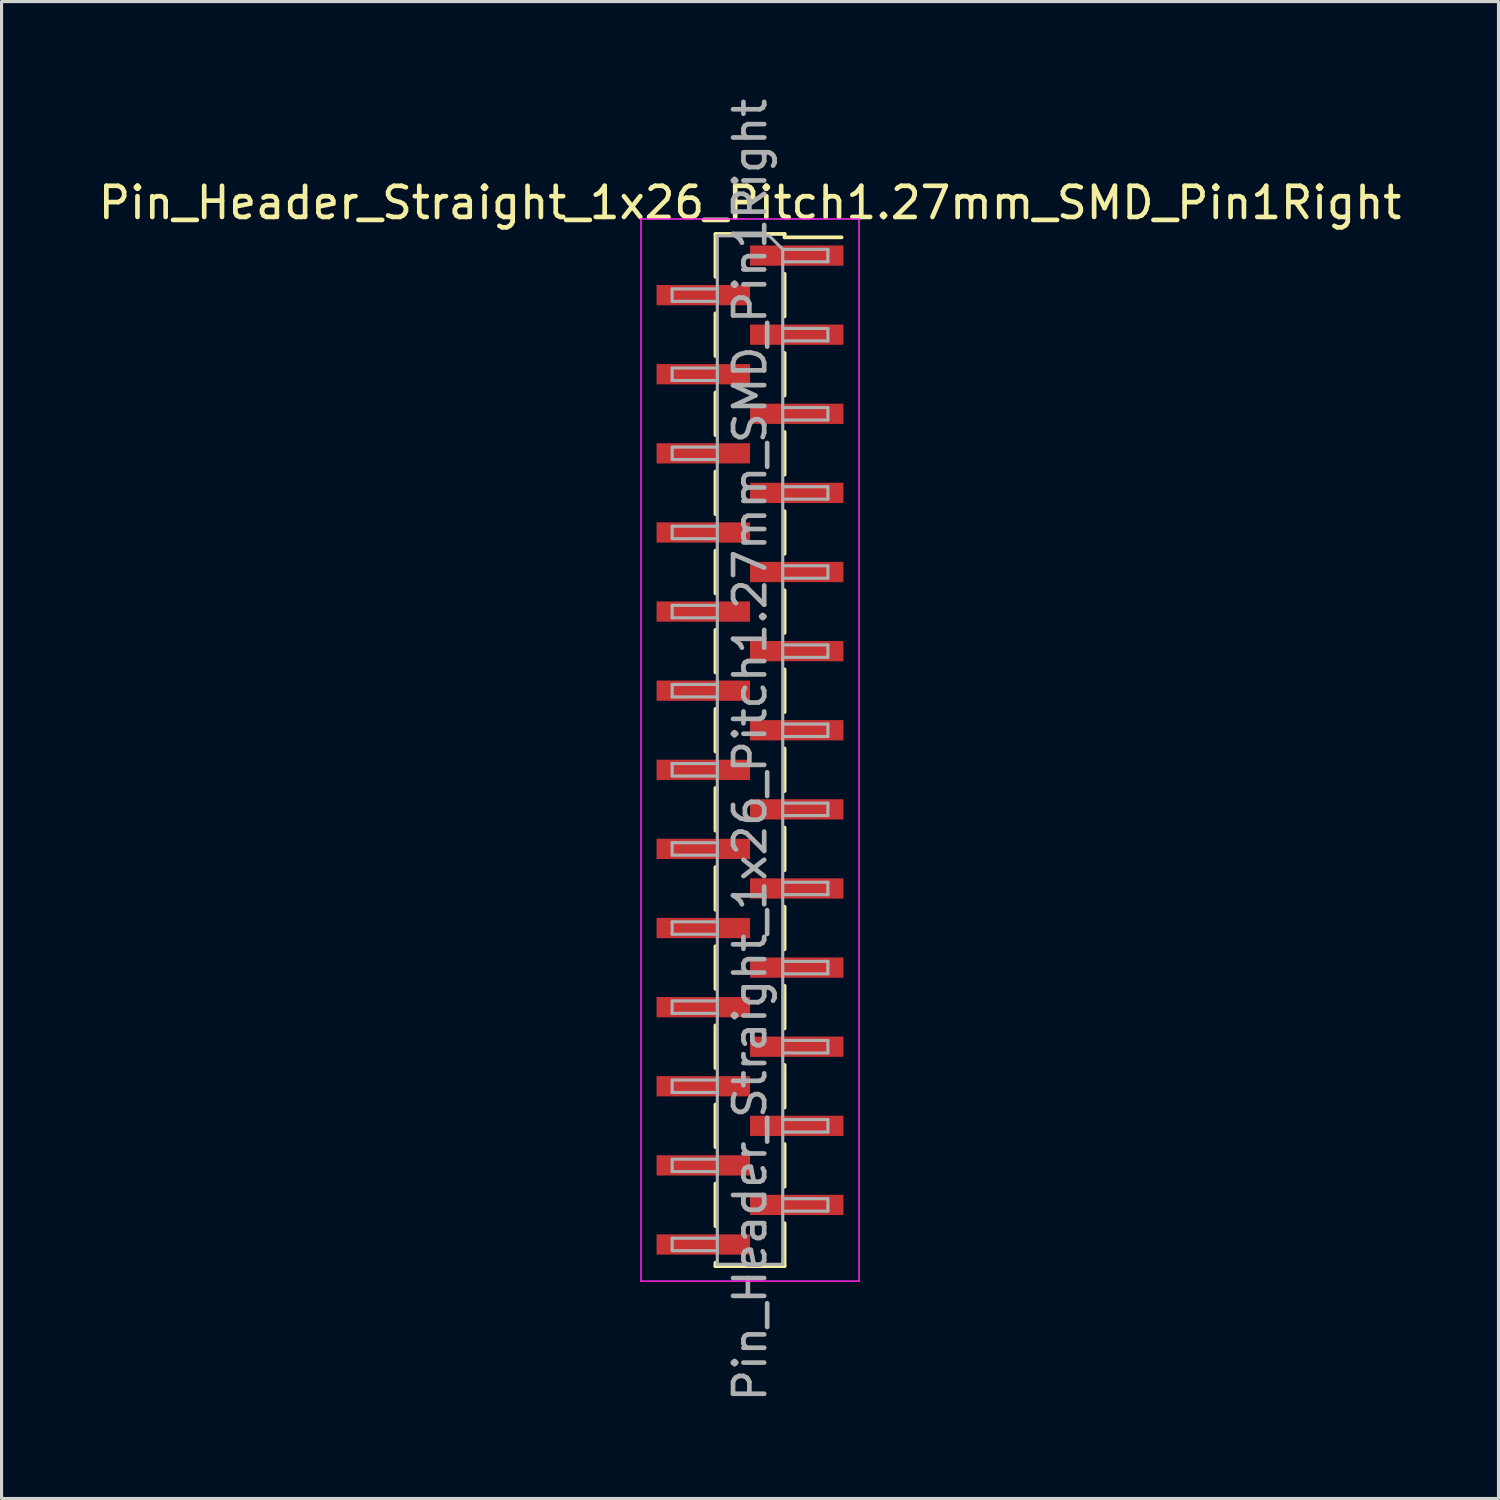
<source format=kicad_pcb>
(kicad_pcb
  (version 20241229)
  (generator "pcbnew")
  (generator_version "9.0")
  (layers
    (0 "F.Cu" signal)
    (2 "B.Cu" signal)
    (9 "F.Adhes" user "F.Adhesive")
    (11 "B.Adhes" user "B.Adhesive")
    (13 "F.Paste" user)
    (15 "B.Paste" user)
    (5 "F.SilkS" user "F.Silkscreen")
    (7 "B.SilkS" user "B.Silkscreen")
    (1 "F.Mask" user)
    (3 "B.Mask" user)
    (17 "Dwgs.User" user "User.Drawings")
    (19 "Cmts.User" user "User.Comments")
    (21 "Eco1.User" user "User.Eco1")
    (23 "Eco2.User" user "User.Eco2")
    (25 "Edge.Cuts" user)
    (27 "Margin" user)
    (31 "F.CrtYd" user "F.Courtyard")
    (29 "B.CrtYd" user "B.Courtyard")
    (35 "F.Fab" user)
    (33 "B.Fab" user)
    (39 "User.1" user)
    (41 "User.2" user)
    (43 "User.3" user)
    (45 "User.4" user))
  (footprint "Pin_Header_Straight_1x26_Pitch1.27mm_SMD_Pin1Right"
    (layer "F.Cu")
    (at 21.03 21.03)
    (property "Reference" "Pin_Header_Straight_1x26_Pitch1.27mm_SMD_Pin1Right" (at 0 -17.57 0) (layer "F.SilkS") (effects (font (size 1 1) (thickness 0.15))))
    (attr smd)
    (fp_line (start -1.11 -16.57) (end 1.11 -16.57) (stroke (width 0.12) (type solid)) (layer "F.SilkS"))
    (fp_line (start -1.11 -16.56) (end -1.11 -15.19) (stroke (width 0.12) (type solid)) (layer "F.SilkS"))
    (fp_line (start -1.11 -14.02) (end -1.11 -12.65) (stroke (width 0.12) (type solid)) (layer "F.SilkS"))
    (fp_line (start -1.11 -11.48) (end -1.11 -10.11) (stroke (width 0.12) (type solid)) (layer "F.SilkS"))
    (fp_line (start -1.11 -8.94) (end -1.11 -7.57) (stroke (width 0.12) (type solid)) (layer "F.SilkS"))
    (fp_line (start -1.11 -6.4) (end -1.11 -5.03) (stroke (width 0.12) (type solid)) (layer "F.SilkS"))
    (fp_line (start -1.11 -3.86) (end -1.11 -2.49) (stroke (width 0.12) (type solid)) (layer "F.SilkS"))
    (fp_line (start -1.11 -1.32) (end -1.11 0.05) (stroke (width 0.12) (type solid)) (layer "F.SilkS"))
    (fp_line (start -1.11 1.22) (end -1.11 2.59) (stroke (width 0.12) (type solid)) (layer "F.SilkS"))
    (fp_line (start -1.11 3.76) (end -1.11 5.13) (stroke (width 0.12) (type solid)) (layer "F.SilkS"))
    (fp_line (start -1.11 6.3) (end -1.11 7.67) (stroke (width 0.12) (type solid)) (layer "F.SilkS"))
    (fp_line (start -1.11 8.84) (end -1.11 10.21) (stroke (width 0.12) (type solid)) (layer "F.SilkS"))
    (fp_line (start -1.11 11.38) (end -1.11 12.75) (stroke (width 0.12) (type solid)) (layer "F.SilkS"))
    (fp_line (start -1.11 13.92) (end -1.11 15.29) (stroke (width 0.12) (type solid)) (layer "F.SilkS"))
    (fp_line (start -1.11 16.46) (end -1.11 16.57) (stroke (width 0.12) (type solid)) (layer "F.SilkS"))
    (fp_line (start -1.11 16.57) (end 1.11 16.57) (stroke (width 0.12) (type solid)) (layer "F.SilkS"))
    (fp_line (start 1.11 -16.57) (end 1.11 -16.46) (stroke (width 0.12) (type solid)) (layer "F.SilkS"))
    (fp_line (start 1.11 -16.46) (end 2.94 -16.46) (stroke (width 0.12) (type solid)) (layer "F.SilkS"))
    (fp_line (start 1.11 -15.29) (end 1.11 -13.92) (stroke (width 0.12) (type solid)) (layer "F.SilkS"))
    (fp_line (start 1.11 -12.75) (end 1.11 -11.38) (stroke (width 0.12) (type solid)) (layer "F.SilkS"))
    (fp_line (start 1.11 -10.21) (end 1.11 -8.84) (stroke (width 0.12) (type solid)) (layer "F.SilkS"))
    (fp_line (start 1.11 -7.67) (end 1.11 -6.3) (stroke (width 0.12) (type solid)) (layer "F.SilkS"))
    (fp_line (start 1.11 -5.13) (end 1.11 -3.76) (stroke (width 0.12) (type solid)) (layer "F.SilkS"))
    (fp_line (start 1.11 -2.59) (end 1.11 -1.22) (stroke (width 0.12) (type solid)) (layer "F.SilkS"))
    (fp_line (start 1.11 -0.05) (end 1.11 1.32) (stroke (width 0.12) (type solid)) (layer "F.SilkS"))
    (fp_line (start 1.11 2.49) (end 1.11 3.86) (stroke (width 0.12) (type solid)) (layer "F.SilkS"))
    (fp_line (start 1.11 5.03) (end 1.11 6.4) (stroke (width 0.12) (type solid)) (layer "F.SilkS"))
    (fp_line (start 1.11 7.57) (end 1.11 8.94) (stroke (width 0.12) (type solid)) (layer "F.SilkS"))
    (fp_line (start 1.11 10.11) (end 1.11 11.48) (stroke (width 0.12) (type solid)) (layer "F.SilkS"))
    (fp_line (start 1.11 12.65) (end 1.11 14.02) (stroke (width 0.12) (type solid)) (layer "F.SilkS"))
    (fp_line (start 1.11 15.19) (end 1.11 16.56) (stroke (width 0.12) (type solid)) (layer "F.SilkS"))
    (fp_line (start -3.5 -17.05) (end -3.5 17.05) (stroke (width 0.05) (type solid)) (layer "F.CrtYd"))
    (fp_line (start -3.5 17.05) (end 3.5 17.05) (stroke (width 0.05) (type solid)) (layer "F.CrtYd"))
    (fp_line (start 3.5 -17.05) (end -3.5 -17.05) (stroke (width 0.05) (type solid)) (layer "F.CrtYd"))
    (fp_line (start 3.5 17.05) (end 3.5 -17.05) (stroke (width 0.05) (type solid)) (layer "F.CrtYd"))
    (fp_line (start -2.5 -14.805) (end -2.5 -14.405) (stroke (width 0.1) (type solid)) (layer "F.Fab"))
    (fp_line (start -2.5 -14.405) (end -1.05 -14.405) (stroke (width 0.1) (type solid)) (layer "F.Fab"))
    (fp_line (start -2.5 -12.265) (end -2.5 -11.865) (stroke (width 0.1) (type solid)) (layer "F.Fab"))
    (fp_line (start -2.5 -11.865) (end -1.05 -11.865) (stroke (width 0.1) (type solid)) (layer "F.Fab"))
    (fp_line (start -2.5 -9.725) (end -2.5 -9.325) (stroke (width 0.1) (type solid)) (layer "F.Fab"))
    (fp_line (start -2.5 -9.325) (end -1.05 -9.325) (stroke (width 0.1) (type solid)) (layer "F.Fab"))
    (fp_line (start -2.5 -7.185) (end -2.5 -6.785) (stroke (width 0.1) (type solid)) (layer "F.Fab"))
    (fp_line (start -2.5 -6.785) (end -1.05 -6.785) (stroke (width 0.1) (type solid)) (layer "F.Fab"))
    (fp_line (start -2.5 -4.645) (end -2.5 -4.245) (stroke (width 0.1) (type solid)) (layer "F.Fab"))
    (fp_line (start -2.5 -4.245) (end -1.05 -4.245) (stroke (width 0.1) (type solid)) (layer "F.Fab"))
    (fp_line (start -2.5 -2.105) (end -2.5 -1.705) (stroke (width 0.1) (type solid)) (layer "F.Fab"))
    (fp_line (start -2.5 -1.705) (end -1.05 -1.705) (stroke (width 0.1) (type solid)) (layer "F.Fab"))
    (fp_line (start -2.5 0.435) (end -2.5 0.835) (stroke (width 0.1) (type solid)) (layer "F.Fab"))
    (fp_line (start -2.5 0.835) (end -1.05 0.835) (stroke (width 0.1) (type solid)) (layer "F.Fab"))
    (fp_line (start -2.5 2.975) (end -2.5 3.375) (stroke (width 0.1) (type solid)) (layer "F.Fab"))
    (fp_line (start -2.5 3.375) (end -1.05 3.375) (stroke (width 0.1) (type solid)) (layer "F.Fab"))
    (fp_line (start -2.5 5.515) (end -2.5 5.915) (stroke (width 0.1) (type solid)) (layer "F.Fab"))
    (fp_line (start -2.5 5.915) (end -1.05 5.915) (stroke (width 0.1) (type solid)) (layer "F.Fab"))
    (fp_line (start -2.5 8.055) (end -2.5 8.455) (stroke (width 0.1) (type solid)) (layer "F.Fab"))
    (fp_line (start -2.5 8.455) (end -1.05 8.455) (stroke (width 0.1) (type solid)) (layer "F.Fab"))
    (fp_line (start -2.5 10.595) (end -2.5 10.995) (stroke (width 0.1) (type solid)) (layer "F.Fab"))
    (fp_line (start -2.5 10.995) (end -1.05 10.995) (stroke (width 0.1) (type solid)) (layer "F.Fab"))
    (fp_line (start -2.5 13.135) (end -2.5 13.535) (stroke (width 0.1) (type solid)) (layer "F.Fab"))
    (fp_line (start -2.5 13.535) (end -1.05 13.535) (stroke (width 0.1) (type solid)) (layer "F.Fab"))
    (fp_line (start -2.5 15.675) (end -2.5 16.075) (stroke (width 0.1) (type solid)) (layer "F.Fab"))
    (fp_line (start -2.5 16.075) (end -1.05 16.075) (stroke (width 0.1) (type solid)) (layer "F.Fab"))
    (fp_line (start -1.05 -16.51) (end -1.05 16.51) (stroke (width 0.1) (type solid)) (layer "F.Fab"))
    (fp_line (start -1.05 -16.51) (end 0.615 -16.51) (stroke (width 0.1) (type solid)) (layer "F.Fab"))
    (fp_line (start -1.05 -14.805) (end -2.5 -14.805) (stroke (width 0.1) (type solid)) (layer "F.Fab"))
    (fp_line (start -1.05 -12.265) (end -2.5 -12.265) (stroke (width 0.1) (type solid)) (layer "F.Fab"))
    (fp_line (start -1.05 -9.725) (end -2.5 -9.725) (stroke (width 0.1) (type solid)) (layer "F.Fab"))
    (fp_line (start -1.05 -7.185) (end -2.5 -7.185) (stroke (width 0.1) (type solid)) (layer "F.Fab"))
    (fp_line (start -1.05 -4.645) (end -2.5 -4.645) (stroke (width 0.1) (type solid)) (layer "F.Fab"))
    (fp_line (start -1.05 -2.105) (end -2.5 -2.105) (stroke (width 0.1) (type solid)) (layer "F.Fab"))
    (fp_line (start -1.05 0.435) (end -2.5 0.435) (stroke (width 0.1) (type solid)) (layer "F.Fab"))
    (fp_line (start -1.05 2.975) (end -2.5 2.975) (stroke (width 0.1) (type solid)) (layer "F.Fab"))
    (fp_line (start -1.05 5.515) (end -2.5 5.515) (stroke (width 0.1) (type solid)) (layer "F.Fab"))
    (fp_line (start -1.05 8.055) (end -2.5 8.055) (stroke (width 0.1) (type solid)) (layer "F.Fab"))
    (fp_line (start -1.05 10.595) (end -2.5 10.595) (stroke (width 0.1) (type solid)) (layer "F.Fab"))
    (fp_line (start -1.05 13.135) (end -2.5 13.135) (stroke (width 0.1) (type solid)) (layer "F.Fab"))
    (fp_line (start -1.05 15.675) (end -2.5 15.675) (stroke (width 0.1) (type solid)) (layer "F.Fab"))
    (fp_line (start 1.05 -16.075) (end 0.615 -16.51) (stroke (width 0.1) (type solid)) (layer "F.Fab"))
    (fp_line (start 1.05 -16.075) (end 2.5 -16.075) (stroke (width 0.1) (type solid)) (layer "F.Fab"))
    (fp_line (start 1.05 -13.535) (end 2.5 -13.535) (stroke (width 0.1) (type solid)) (layer "F.Fab"))
    (fp_line (start 1.05 -10.995) (end 2.5 -10.995) (stroke (width 0.1) (type solid)) (layer "F.Fab"))
    (fp_line (start 1.05 -8.455) (end 2.5 -8.455) (stroke (width 0.1) (type solid)) (layer "F.Fab"))
    (fp_line (start 1.05 -5.915) (end 2.5 -5.915) (stroke (width 0.1) (type solid)) (layer "F.Fab"))
    (fp_line (start 1.05 -3.375) (end 2.5 -3.375) (stroke (width 0.1) (type solid)) (layer "F.Fab"))
    (fp_line (start 1.05 -0.835) (end 2.5 -0.835) (stroke (width 0.1) (type solid)) (layer "F.Fab"))
    (fp_line (start 1.05 1.705) (end 2.5 1.705) (stroke (width 0.1) (type solid)) (layer "F.Fab"))
    (fp_line (start 1.05 4.245) (end 2.5 4.245) (stroke (width 0.1) (type solid)) (layer "F.Fab"))
    (fp_line (start 1.05 6.785) (end 2.5 6.785) (stroke (width 0.1) (type solid)) (layer "F.Fab"))
    (fp_line (start 1.05 9.325) (end 2.5 9.325) (stroke (width 0.1) (type solid)) (layer "F.Fab"))
    (fp_line (start 1.05 11.865) (end 2.5 11.865) (stroke (width 0.1) (type solid)) (layer "F.Fab"))
    (fp_line (start 1.05 14.405) (end 2.5 14.405) (stroke (width 0.1) (type solid)) (layer "F.Fab"))
    (fp_line (start 1.05 16.51) (end -1.05 16.51) (stroke (width 0.1) (type solid)) (layer "F.Fab"))
    (fp_line (start 1.05 16.51) (end 1.05 -16.075) (stroke (width 0.1) (type solid)) (layer "F.Fab"))
    (fp_line (start 2.5 -16.075) (end 2.5 -15.675) (stroke (width 0.1) (type solid)) (layer "F.Fab"))
    (fp_line (start 2.5 -15.675) (end 1.05 -15.675) (stroke (width 0.1) (type solid)) (layer "F.Fab"))
    (fp_line (start 2.5 -13.535) (end 2.5 -13.135) (stroke (width 0.1) (type solid)) (layer "F.Fab"))
    (fp_line (start 2.5 -13.135) (end 1.05 -13.135) (stroke (width 0.1) (type solid)) (layer "F.Fab"))
    (fp_line (start 2.5 -10.995) (end 2.5 -10.595) (stroke (width 0.1) (type solid)) (layer "F.Fab"))
    (fp_line (start 2.5 -10.595) (end 1.05 -10.595) (stroke (width 0.1) (type solid)) (layer "F.Fab"))
    (fp_line (start 2.5 -8.455) (end 2.5 -8.055) (stroke (width 0.1) (type solid)) (layer "F.Fab"))
    (fp_line (start 2.5 -8.055) (end 1.05 -8.055) (stroke (width 0.1) (type solid)) (layer "F.Fab"))
    (fp_line (start 2.5 -5.915) (end 2.5 -5.515) (stroke (width 0.1) (type solid)) (layer "F.Fab"))
    (fp_line (start 2.5 -5.515) (end 1.05 -5.515) (stroke (width 0.1) (type solid)) (layer "F.Fab"))
    (fp_line (start 2.5 -3.375) (end 2.5 -2.975) (stroke (width 0.1) (type solid)) (layer "F.Fab"))
    (fp_line (start 2.5 -2.975) (end 1.05 -2.975) (stroke (width 0.1) (type solid)) (layer "F.Fab"))
    (fp_line (start 2.5 -0.835) (end 2.5 -0.435) (stroke (width 0.1) (type solid)) (layer "F.Fab"))
    (fp_line (start 2.5 -0.435) (end 1.05 -0.435) (stroke (width 0.1) (type solid)) (layer "F.Fab"))
    (fp_line (start 2.5 1.705) (end 2.5 2.105) (stroke (width 0.1) (type solid)) (layer "F.Fab"))
    (fp_line (start 2.5 2.105) (end 1.05 2.105) (stroke (width 0.1) (type solid)) (layer "F.Fab"))
    (fp_line (start 2.5 4.245) (end 2.5 4.645) (stroke (width 0.1) (type solid)) (layer "F.Fab"))
    (fp_line (start 2.5 4.645) (end 1.05 4.645) (stroke (width 0.1) (type solid)) (layer "F.Fab"))
    (fp_line (start 2.5 6.785) (end 2.5 7.185) (stroke (width 0.1) (type solid)) (layer "F.Fab"))
    (fp_line (start 2.5 7.185) (end 1.05 7.185) (stroke (width 0.1) (type solid)) (layer "F.Fab"))
    (fp_line (start 2.5 9.325) (end 2.5 9.725) (stroke (width 0.1) (type solid)) (layer "F.Fab"))
    (fp_line (start 2.5 9.725) (end 1.05 9.725) (stroke (width 0.1) (type solid)) (layer "F.Fab"))
    (fp_line (start 2.5 11.865) (end 2.5 12.265) (stroke (width 0.1) (type solid)) (layer "F.Fab"))
    (fp_line (start 2.5 12.265) (end 1.05 12.265) (stroke (width 0.1) (type solid)) (layer "F.Fab"))
    (fp_line (start 2.5 14.405) (end 2.5 14.805) (stroke (width 0.1) (type solid)) (layer "F.Fab"))
    (fp_line (start 2.5 14.805) (end 1.05 14.805) (stroke (width 0.1) (type solid)) (layer "F.Fab"))
    (fp_text user "${REFERENCE}" (at 0 0 90) (layer "F.Fab") (effects (font (size 1 1) (thickness 0.15))))
    (pad "1" smd rect (at 1.5 -15.875) (size 3 0.65) (layers "F.Cu" "F.Mask" "F.Paste"))
    (pad "2" smd rect (at -1.5 -14.605) (size 3 0.65) (layers "F.Cu" "F.Mask" "F.Paste"))
    (pad "3" smd rect (at 1.5 -13.335) (size 3 0.65) (layers "F.Cu" "F.Mask" "F.Paste"))
    (pad "4" smd rect (at -1.5 -12.065) (size 3 0.65) (layers "F.Cu" "F.Mask" "F.Paste"))
    (pad "5" smd rect (at 1.5 -10.795) (size 3 0.65) (layers "F.Cu" "F.Mask" "F.Paste"))
    (pad "6" smd rect (at -1.5 -9.525) (size 3 0.65) (layers "F.Cu" "F.Mask" "F.Paste"))
    (pad "7" smd rect (at 1.5 -8.255) (size 3 0.65) (layers "F.Cu" "F.Mask" "F.Paste"))
    (pad "8" smd rect (at -1.5 -6.985) (size 3 0.65) (layers "F.Cu" "F.Mask" "F.Paste"))
    (pad "9" smd rect (at 1.5 -5.715) (size 3 0.65) (layers "F.Cu" "F.Mask" "F.Paste"))
    (pad "10" smd rect (at -1.5 -4.445) (size 3 0.65) (layers "F.Cu" "F.Mask" "F.Paste"))
    (pad "11" smd rect (at 1.5 -3.175) (size 3 0.65) (layers "F.Cu" "F.Mask" "F.Paste"))
    (pad "12" smd rect (at -1.5 -1.905) (size 3 0.65) (layers "F.Cu" "F.Mask" "F.Paste"))
    (pad "13" smd rect (at 1.5 -0.635) (size 3 0.65) (layers "F.Cu" "F.Mask" "F.Paste"))
    (pad "14" smd rect (at -1.5 0.635) (size 3 0.65) (layers "F.Cu" "F.Mask" "F.Paste"))
    (pad "15" smd rect (at 1.5 1.905) (size 3 0.65) (layers "F.Cu" "F.Mask" "F.Paste"))
    (pad "16" smd rect (at -1.5 3.175) (size 3 0.65) (layers "F.Cu" "F.Mask" "F.Paste"))
    (pad "17" smd rect (at 1.5 4.445) (size 3 0.65) (layers "F.Cu" "F.Mask" "F.Paste"))
    (pad "18" smd rect (at -1.5 5.715) (size 3 0.65) (layers "F.Cu" "F.Mask" "F.Paste"))
    (pad "19" smd rect (at 1.5 6.985) (size 3 0.65) (layers "F.Cu" "F.Mask" "F.Paste"))
    (pad "20" smd rect (at -1.5 8.255) (size 3 0.65) (layers "F.Cu" "F.Mask" "F.Paste"))
    (pad "21" smd rect (at 1.5 9.525) (size 3 0.65) (layers "F.Cu" "F.Mask" "F.Paste"))
    (pad "22" smd rect (at -1.5 10.795) (size 3 0.65) (layers "F.Cu" "F.Mask" "F.Paste"))
    (pad "23" smd rect (at 1.5 12.065) (size 3 0.65) (layers "F.Cu" "F.Mask" "F.Paste"))
    (pad "24" smd rect (at -1.5 13.335) (size 3 0.65) (layers "F.Cu" "F.Mask" "F.Paste"))
    (pad "25" smd rect (at 1.5 14.605) (size 3 0.65) (layers "F.Cu" "F.Mask" "F.Paste"))
    (pad "26" smd rect (at -1.5 15.875) (size 3 0.65) (layers "F.Cu" "F.Mask" "F.Paste")))
  (gr_rect
    (start -3 -3)
    (end 45.06 45.06)
    (stroke (width 0.1) (type default))
    (fill no)
    (layer "Edge.Cuts")))
</source>
